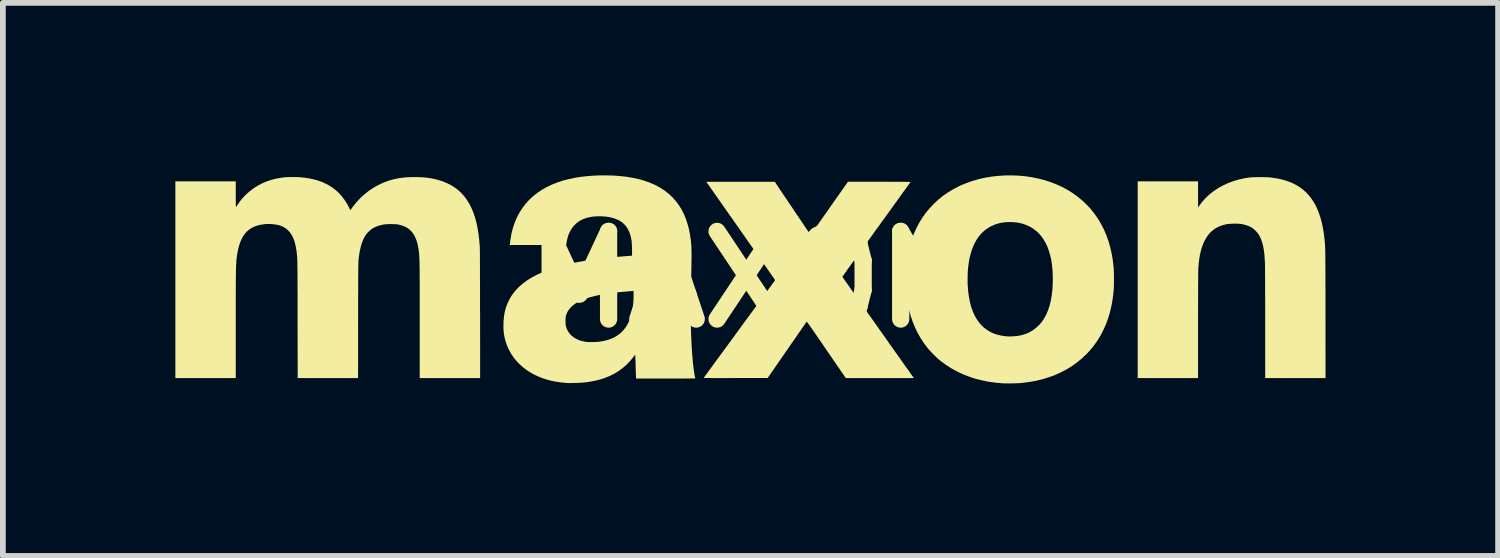
<source format=kicad_pcb>
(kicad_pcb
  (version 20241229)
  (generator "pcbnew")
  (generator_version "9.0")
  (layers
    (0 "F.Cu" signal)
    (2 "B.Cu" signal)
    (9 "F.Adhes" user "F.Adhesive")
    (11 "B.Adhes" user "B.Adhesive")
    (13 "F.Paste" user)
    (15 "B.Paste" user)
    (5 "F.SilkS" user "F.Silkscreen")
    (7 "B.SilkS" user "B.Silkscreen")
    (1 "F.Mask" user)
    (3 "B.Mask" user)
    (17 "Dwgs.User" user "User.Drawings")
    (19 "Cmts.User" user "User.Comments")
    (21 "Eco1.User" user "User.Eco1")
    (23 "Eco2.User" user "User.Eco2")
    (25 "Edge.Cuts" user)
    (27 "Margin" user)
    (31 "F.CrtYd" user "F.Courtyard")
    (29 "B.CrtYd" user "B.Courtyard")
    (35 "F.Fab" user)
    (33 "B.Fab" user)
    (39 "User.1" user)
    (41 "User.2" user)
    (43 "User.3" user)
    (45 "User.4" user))
  (footprint "MAXON"
    (layer "F.Cu")
    (at 10.001 1.809)
    (property "Reference" "MAXON" (at 0 0 0) (layer "F.SilkS") (effects (font (size 1.524 1.524) (thickness 0.3))))
    (attr board_only exclude_from_pos_files exclude_from_bom)
    (fp_poly (pts (xy 8.898 -1.779) (xy 8.934 -1.778) (xy 8.968 -1.777) (xy 8.998 -1.776) (xy 9.022 -1.775) (xy 9.034 -1.774) (xy 9.126 -1.761) (xy 9.211 -1.745) (xy 9.291 -1.724) (xy 9.366 -1.699) (xy 9.435 -1.67) (xy 9.5 -1.636) (xy 9.561 -1.598) (xy 9.609 -1.561) (xy 9.664 -1.512) (xy 9.715 -1.457) (xy 9.761 -1.397) (xy 9.804 -1.33) (xy 9.842 -1.259) (xy 9.875 -1.181) (xy 9.905 -1.097) (xy 9.931 -1.007) (xy 9.952 -0.911) (xy 9.97 -0.809) (xy 9.983 -0.701) (xy 9.984 -0.691) (xy 9.985 -0.676) (xy 9.987 -0.663) (xy 9.988 -0.65) (xy 9.989 -0.637) (xy 9.99 -0.623) (xy 9.991 -0.61) (xy 9.992 -0.595) (xy 9.993 -0.58) (xy 9.994 -0.563) (xy 9.994 -0.545) (xy 9.995 -0.525) (xy 9.996 -0.503) (xy 9.996 -0.478) (xy 9.997 -0.451) (xy 9.997 -0.42) (xy 9.997 -0.387) (xy 9.998 -0.349) (xy 9.998 -0.308) (xy 9.998 -0.263) (xy 9.998 -0.214) (xy 9.999 -0.16) (xy 9.999 -0.101) (xy 9.999 -0.036) (xy 9.999 0.034) (xy 9.999 0.109) (xy 10 0.191) (xy 10 0.279) (xy 10 0.374) (xy 10 0.476) (xy 10 0.584) (xy 10 0.599) (xy 10.001 1.716) (xy 8.951 1.716) (xy 8.951 0.767) (xy 8.951 0.676) (xy 8.951 0.587) (xy 8.951 0.501) (xy 8.951 0.417) (xy 8.951 0.337) (xy 8.95 0.259) (xy 8.95 0.186) (xy 8.95 0.117) (xy 8.95 0.052) (xy 8.95 -0.009) (xy 8.949 -0.064) (xy 8.949 -0.114) (xy 8.949 -0.158) (xy 8.948 -0.196) (xy 8.948 -0.228) (xy 8.948 -0.254) (xy 8.947 -0.272) (xy 8.947 -0.28) (xy 8.943 -0.356) (xy 8.938 -0.426) (xy 8.931 -0.489) (xy 8.922 -0.546) (xy 8.911 -0.598) (xy 8.898 -0.646) (xy 8.883 -0.69) (xy 8.866 -0.73) (xy 8.846 -0.768) (xy 8.843 -0.773) (xy 8.828 -0.794) (xy 8.81 -0.818) (xy 8.788 -0.841) (xy 8.766 -0.863) (xy 8.746 -0.881) (xy 8.738 -0.887) (xy 8.701 -0.91) (xy 8.657 -0.93) (xy 8.609 -0.947) (xy 8.557 -0.96) (xy 8.541 -0.963) (xy 8.518 -0.966) (xy 8.489 -0.968) (xy 8.456 -0.969) (xy 8.421 -0.969) (xy 8.385 -0.969) (xy 8.351 -0.967) (xy 8.319 -0.965) (xy 8.293 -0.962) (xy 8.284 -0.961) (xy 8.22 -0.946) (xy 8.16 -0.925) (xy 8.106 -0.899) (xy 8.057 -0.868) (xy 8.012 -0.83) (xy 7.971 -0.787) (xy 7.934 -0.737) (xy 7.902 -0.681) (xy 7.895 -0.668) (xy 7.871 -0.614) (xy 7.85 -0.557) (xy 7.832 -0.495) (xy 7.817 -0.43) (xy 7.805 -0.359) (xy 7.796 -0.283) (xy 7.789 -0.2) (xy 7.788 -0.181) (xy 7.788 -0.17) (xy 7.787 -0.152) (xy 7.787 -0.126) (xy 7.786 -0.094) (xy 7.786 -0.056) (xy 7.786 -0.011) (xy 7.786 0.041) (xy 7.785 0.098) (xy 7.785 0.16) (xy 7.785 0.228) (xy 7.785 0.301) (xy 7.785 0.38) (xy 7.784 0.462) (xy 7.784 0.55) (xy 7.784 0.641) (xy 7.784 0.737) (xy 7.784 0.801) (xy 7.784 1.716) (xy 6.734 1.716) (xy 6.734 -1.705) (xy 7.784 -1.705) (xy 7.784 -1.252) (xy 7.803 -1.28) (xy 7.855 -1.348) (xy 7.913 -1.413) (xy 7.977 -1.473) (xy 8.047 -1.529) (xy 8.122 -1.58) (xy 8.138 -1.59) (xy 8.221 -1.636) (xy 8.308 -1.676) (xy 8.4 -1.71) (xy 8.496 -1.738) (xy 8.597 -1.76) (xy 8.674 -1.772) (xy 8.694 -1.774) (xy 8.72 -1.775) (xy 8.75 -1.777) (xy 8.785 -1.778) (xy 8.822 -1.778) (xy 8.86 -1.779)) (stroke (width 0) (type solid)) (fill yes) (layer "F.SilkS"))
    (fp_poly (pts (xy 4.668 -1.804) (xy 4.787 -1.793) (xy 4.904 -1.775) (xy 5.019 -1.751) (xy 5.097 -1.731) (xy 5.208 -1.696) (xy 5.315 -1.655) (xy 5.417 -1.609) (xy 5.515 -1.557) (xy 5.607 -1.499) (xy 5.694 -1.435) (xy 5.777 -1.366) (xy 5.823 -1.323) (xy 5.842 -1.303) (xy 5.863 -1.283) (xy 5.883 -1.262) (xy 5.9 -1.244) (xy 5.913 -1.229) (xy 5.913 -1.229) (xy 5.98 -1.145) (xy 6.042 -1.057) (xy 6.097 -0.964) (xy 6.147 -0.867) (xy 6.19 -0.765) (xy 6.228 -0.66) (xy 6.259 -0.55) (xy 6.284 -0.436) (xy 6.301 -0.335) (xy 6.306 -0.291) (xy 6.311 -0.25) (xy 6.315 -0.21) (xy 6.318 -0.17) (xy 6.319 -0.128) (xy 6.321 -0.082) (xy 6.321 -0.031) (xy 6.321 -0.004) (xy 6.321 0.05) (xy 6.32 0.097) (xy 6.319 0.14) (xy 6.317 0.18) (xy 6.313 0.219) (xy 6.309 0.259) (xy 6.304 0.301) (xy 6.299 0.338) (xy 6.279 0.455) (xy 6.252 0.569) (xy 6.22 0.678) (xy 6.181 0.783) (xy 6.136 0.883) (xy 6.086 0.979) (xy 6.029 1.071) (xy 5.967 1.158) (xy 5.898 1.241) (xy 5.851 1.291) (xy 5.772 1.367) (xy 5.688 1.437) (xy 5.6 1.501) (xy 5.507 1.559) (xy 5.409 1.611) (xy 5.307 1.658) (xy 5.201 1.698) (xy 5.09 1.732) (xy 4.975 1.761) (xy 4.856 1.783) (xy 4.733 1.799) (xy 4.688 1.803) (xy 4.663 1.805) (xy 4.633 1.806) (xy 4.598 1.807) (xy 4.56 1.808) (xy 4.522 1.808) (xy 4.484 1.809) (xy 4.448 1.808) (xy 4.417 1.808) (xy 4.39 1.807) (xy 4.387 1.807) (xy 4.261 1.796) (xy 4.139 1.779) (xy 4.021 1.755) (xy 3.906 1.726) (xy 3.796 1.689) (xy 3.689 1.647) (xy 3.586 1.598) (xy 3.488 1.543) (xy 3.393 1.482) (xy 3.303 1.415) (xy 3.28 1.396) (xy 3.258 1.377) (xy 3.233 1.354) (xy 3.206 1.327) (xy 3.177 1.299) (xy 3.15 1.271) (xy 3.125 1.244) (xy 3.103 1.22) (xy 3.092 1.207) (xy 3.025 1.121) (xy 2.965 1.031) (xy 2.911 0.937) (xy 2.863 0.839) (xy 2.821 0.737) (xy 2.785 0.63) (xy 2.755 0.52) (xy 2.732 0.404) (xy 2.727 0.38) (xy 2.718 0.318) (xy 2.71 0.256) (xy 2.705 0.194) (xy 2.701 0.129) (xy 2.699 0.06) (xy 2.699 0.004) (xy 3.776 0.004) (xy 3.776 0.046) (xy 3.777 0.084) (xy 3.779 0.117) (xy 3.779 0.117) (xy 3.787 0.216) (xy 3.8 0.309) (xy 3.817 0.396) (xy 3.838 0.477) (xy 3.864 0.551) (xy 3.895 0.621) (xy 3.93 0.684) (xy 3.969 0.741) (xy 4.013 0.793) (xy 4.061 0.839) (xy 4.115 0.879) (xy 4.172 0.914) (xy 4.188 0.921) (xy 4.24 0.945) (xy 4.298 0.963) (xy 4.359 0.977) (xy 4.427 0.987) (xy 4.47 0.991) (xy 4.487 0.992) (xy 4.51 0.992) (xy 4.537 0.991) (xy 4.565 0.99) (xy 4.593 0.988) (xy 4.618 0.986) (xy 4.639 0.984) (xy 4.709 0.971) (xy 4.776 0.952) (xy 4.838 0.926) (xy 4.896 0.894) (xy 4.95 0.856) (xy 5.001 0.811) (xy 5.005 0.808) (xy 5.022 0.79) (xy 5.038 0.772) (xy 5.053 0.756) (xy 5.065 0.742) (xy 5.069 0.736) (xy 5.109 0.675) (xy 5.145 0.609) (xy 5.175 0.537) (xy 5.201 0.459) (xy 5.222 0.376) (xy 5.238 0.287) (xy 5.25 0.192) (xy 5.256 0.093) (xy 5.258 -0.013) (xy 5.257 -0.049) (xy 5.255 -0.118) (xy 5.251 -0.181) (xy 5.245 -0.24) (xy 5.238 -0.296) (xy 5.228 -0.351) (xy 5.216 -0.406) (xy 5.215 -0.409) (xy 5.192 -0.49) (xy 5.166 -0.564) (xy 5.134 -0.632) (xy 5.098 -0.694) (xy 5.058 -0.751) (xy 5.013 -0.802) (xy 4.963 -0.848) (xy 4.91 -0.887) (xy 4.852 -0.921) (xy 4.789 -0.949) (xy 4.723 -0.971) (xy 4.653 -0.987) (xy 4.579 -0.995) (xy 4.511 -0.998) (xy 4.439 -0.995) (xy 4.373 -0.987) (xy 4.309 -0.973) (xy 4.248 -0.953) (xy 4.189 -0.927) (xy 4.182 -0.924) (xy 4.124 -0.89) (xy 4.07 -0.85) (xy 4.021 -0.805) (xy 3.976 -0.753) (xy 3.935 -0.695) (xy 3.899 -0.631) (xy 3.868 -0.562) (xy 3.841 -0.486) (xy 3.818 -0.405) (xy 3.8 -0.318) (xy 3.787 -0.225) (xy 3.783 -0.188) (xy 3.781 -0.158) (xy 3.779 -0.121) (xy 3.777 -0.081) (xy 3.777 -0.038) (xy 3.776 0.004) (xy 2.699 0.004) (xy 2.699 -0.004) (xy 2.7 -0.099) (xy 2.704 -0.19) (xy 2.712 -0.276) (xy 2.723 -0.359) (xy 2.737 -0.441) (xy 2.755 -0.523) (xy 2.766 -0.57) (xy 2.799 -0.679) (xy 2.837 -0.784) (xy 2.882 -0.884) (xy 2.932 -0.98) (xy 2.988 -1.072) (xy 3.05 -1.159) (xy 3.118 -1.24) (xy 3.191 -1.317) (xy 3.269 -1.389) (xy 3.352 -1.456) (xy 3.441 -1.517) (xy 3.535 -1.573) (xy 3.633 -1.624) (xy 3.736 -1.668) (xy 3.844 -1.707) (xy 3.956 -1.74) (xy 3.957 -1.741) (xy 4.07 -1.767) (xy 4.187 -1.787) (xy 4.306 -1.8) (xy 4.426 -1.808) (xy 4.547 -1.809)) (stroke (width 0) (type solid)) (fill yes) (layer "F.SilkS"))
    (fp_poly (pts (xy 2.318 -1.698) (xy 2.388 -1.698) (xy 2.451 -1.697) (xy 2.508 -1.697) (xy 2.558 -1.697) (xy 2.602 -1.697) (xy 2.641 -1.697) (xy 2.674 -1.697) (xy 2.702 -1.696) (xy 2.726 -1.696) (xy 2.745 -1.696) (xy 2.759 -1.695) (xy 2.77 -1.695) (xy 2.778 -1.694) (xy 2.782 -1.694) (xy 2.783 -1.693) (xy 2.783 -1.693) (xy 2.781 -1.689) (xy 2.774 -1.68) (xy 2.763 -1.665) (xy 2.749 -1.645) (xy 2.73 -1.62) (xy 2.709 -1.59) (xy 2.684 -1.555) (xy 2.655 -1.516) (xy 2.624 -1.473) (xy 2.59 -1.426) (xy 2.554 -1.375) (xy 2.515 -1.321) (xy 2.474 -1.264) (xy 2.431 -1.204) (xy 2.385 -1.142) (xy 2.339 -1.077) (xy 2.29 -1.01) (xy 2.241 -0.941) (xy 2.19 -0.871) (xy 2.189 -0.87) (xy 2.138 -0.799) (xy 2.089 -0.731) (xy 2.041 -0.664) (xy 1.994 -0.599) (xy 1.949 -0.536) (xy 1.906 -0.476) (xy 1.865 -0.419) (xy 1.826 -0.365) (xy 1.789 -0.314) (xy 1.756 -0.267) (xy 1.725 -0.224) (xy 1.696 -0.185) (xy 1.672 -0.15) (xy 1.65 -0.119) (xy 1.632 -0.094) (xy 1.618 -0.073) (xy 1.607 -0.058) (xy 1.601 -0.049) (xy 1.598 -0.045) (xy 1.598 -0.045) (xy 1.6 -0.042) (xy 1.607 -0.033) (xy 1.617 -0.018) (xy 1.631 0.002) (xy 1.648 0.027) (xy 1.669 0.056) (xy 1.693 0.09) (xy 1.72 0.128) (xy 1.749 0.17) (xy 1.781 0.215) (xy 1.815 0.264) (xy 1.851 0.315) (xy 1.889 0.369) (xy 1.928 0.425) (xy 1.969 0.483) (xy 2.011 0.543) (xy 2.054 0.604) (xy 2.098 0.666) (xy 2.143 0.729) (xy 2.188 0.792) (xy 2.232 0.856) (xy 2.277 0.919) (xy 2.322 0.982) (xy 2.366 1.045) (xy 2.409 1.106) (xy 2.452 1.166) (xy 2.493 1.225) (xy 2.533 1.281) (xy 2.571 1.335) (xy 2.608 1.387) (xy 2.643 1.436) (xy 2.675 1.482) (xy 2.705 1.525) (xy 2.733 1.563) (xy 2.758 1.598) (xy 2.779 1.629) (xy 2.798 1.655) (xy 2.813 1.676) (xy 2.824 1.691) (xy 2.829 1.699) (xy 2.843 1.716) (xy 1.658 1.716) (xy 1.319 1.223) (xy 1.275 1.158) (xy 1.234 1.098) (xy 1.197 1.045) (xy 1.164 0.997) (xy 1.134 0.953) (xy 1.108 0.915) (xy 1.085 0.882) (xy 1.064 0.852) (xy 1.047 0.827) (xy 1.031 0.805) (xy 1.019 0.787) (xy 1.008 0.773) (xy 0.999 0.761) (xy 0.992 0.752) (xy 0.987 0.745) (xy 0.983 0.74) (xy 0.98 0.737) (xy 0.978 0.736) (xy 0.976 0.736) (xy 0.976 0.736) (xy 0.974 0.74) (xy 0.967 0.75) (xy 0.956 0.765) (xy 0.942 0.785) (xy 0.925 0.811) (xy 0.904 0.84) (xy 0.881 0.874) (xy 0.855 0.912) (xy 0.826 0.953) (xy 0.795 0.998) (xy 0.763 1.045) (xy 0.728 1.094) (xy 0.692 1.146) (xy 0.655 1.2) (xy 0.635 1.229) (xy 0.299 1.715) (xy -0.257 1.715) (xy -0.321 1.716) (xy -0.383 1.716) (xy -0.443 1.716) (xy -0.499 1.716) (xy -0.552 1.716) (xy -0.602 1.716) (xy -0.647 1.716) (xy -0.688 1.715) (xy -0.724 1.715) (xy -0.754 1.715) (xy -0.779 1.715) (xy -0.797 1.715) (xy -0.808 1.714) (xy -0.813 1.714) (xy -0.813 1.714) (xy -0.811 1.711) (xy -0.805 1.702) (xy -0.795 1.688) (xy -0.782 1.67) (xy -0.767 1.649) (xy -0.749 1.624) (xy -0.729 1.597) (xy -0.712 1.574) (xy -0.617 1.443) (xy -0.525 1.318) (xy -0.438 1.199) (xy -0.354 1.085) (xy -0.275 0.977) (xy -0.2 0.874) (xy -0.129 0.777) (xy -0.062 0.685) (xy 0.000343 0.6) (xy 0.059 0.52) (xy 0.113 0.446) (xy 0.163 0.377) (xy 0.209 0.315) (xy 0.25 0.258) (xy 0.287 0.207) (xy 0.32 0.162) (xy 0.349 0.123) (xy 0.373 0.09) (xy 0.392 0.062) (xy 0.408 0.041) (xy 0.419 0.026) (xy 0.426 0.016) (xy 0.428 0.013) (xy 0.427 0.012) (xy 0.425 0.008) (xy 0.421 0.002) (xy 0.416 -0.006) (xy 0.409 -0.017) (xy 0.4 -0.03) (xy 0.388 -0.046) (xy 0.375 -0.065) (xy 0.36 -0.088) (xy 0.342 -0.113) (xy 0.322 -0.142) (xy 0.3 -0.174) (xy 0.275 -0.21) (xy 0.247 -0.249) (xy 0.217 -0.293) (xy 0.184 -0.34) (xy 0.148 -0.392) (xy 0.109 -0.447) (xy 0.067 -0.507) (xy 0.022 -0.572) (xy -0.027 -0.641) (xy -0.079 -0.715) (xy -0.134 -0.794) (xy -0.193 -0.878) (xy -0.255 -0.967) (xy -0.322 -1.062) (xy -0.392 -1.161) (xy -0.466 -1.267) (xy -0.544 -1.378) (xy -0.626 -1.495) (xy -0.712 -1.618) (xy -0.761 -1.687) (xy -0.768 -1.698) (xy -0.172 -1.697) (xy 0.423 -1.697) (xy 0.732 -1.238) (xy 0.768 -1.184) (xy 0.802 -1.133) (xy 0.836 -1.084) (xy 0.867 -1.037) (xy 0.897 -0.993) (xy 0.925 -0.952) (xy 0.95 -0.914) (xy 0.973 -0.88) (xy 0.993 -0.851) (xy 1.01 -0.826) (xy 1.024 -0.805) (xy 1.035 -0.79) (xy 1.042 -0.781) (xy 1.044 -0.777) (xy 1.045 -0.777) (xy 1.047 -0.78) (xy 1.054 -0.788) (xy 1.064 -0.803) (xy 1.078 -0.822) (xy 1.096 -0.846) (xy 1.116 -0.875) (xy 1.14 -0.908) (xy 1.166 -0.945) (xy 1.194 -0.985) (xy 1.225 -1.028) (xy 1.257 -1.074) (xy 1.291 -1.123) (xy 1.327 -1.173) (xy 1.364 -1.226) (xy 1.371 -1.237) (xy 1.695 -1.698) (xy 2.24 -1.698)) (stroke (width 0) (type solid)) (fill yes) (layer "F.SilkS"))
    (fp_poly (pts (xy -7.931 -1.78) (xy -7.896 -1.779) (xy -7.864 -1.778) (xy -7.837 -1.777) (xy -7.749 -1.768) (xy -7.668 -1.755) (xy -7.591 -1.739) (xy -7.518 -1.718) (xy -7.449 -1.693) (xy -7.412 -1.677) (xy -7.342 -1.642) (xy -7.275 -1.6) (xy -7.213 -1.553) (xy -7.155 -1.499) (xy -7.102 -1.44) (xy -7.054 -1.375) (xy -7.01 -1.306) (xy -6.973 -1.233) (xy -6.959 -1.203) (xy -6.953 -1.212) (xy -6.948 -1.218) (xy -6.94 -1.229) (xy -6.93 -1.243) (xy -6.918 -1.259) (xy -6.917 -1.261) (xy -6.853 -1.34) (xy -6.786 -1.413) (xy -6.714 -1.479) (xy -6.639 -1.539) (xy -6.56 -1.592) (xy -6.478 -1.639) (xy -6.392 -1.679) (xy -6.302 -1.713) (xy -6.209 -1.74) (xy -6.115 -1.76) (xy -6.054 -1.768) (xy -5.989 -1.775) (xy -5.919 -1.779) (xy -5.848 -1.78) (xy -5.776 -1.779) (xy -5.705 -1.776) (xy -5.638 -1.77) (xy -5.613 -1.767) (xy -5.521 -1.752) (xy -5.434 -1.731) (xy -5.352 -1.705) (xy -5.275 -1.673) (xy -5.202 -1.636) (xy -5.135 -1.593) (xy -5.081 -1.551) (xy -5.027 -1.501) (xy -4.977 -1.445) (xy -4.931 -1.382) (xy -4.889 -1.314) (xy -4.851 -1.239) (xy -4.818 -1.159) (xy -4.789 -1.074) (xy -4.775 -1.022) (xy -4.764 -0.978) (xy -4.754 -0.933) (xy -4.745 -0.887) (xy -4.737 -0.839) (xy -4.729 -0.787) (xy -4.722 -0.731) (xy -4.716 -0.67) (xy -4.71 -0.602) (xy -4.708 -0.587) (xy -4.708 -0.579) (xy -4.707 -0.566) (xy -4.707 -0.549) (xy -4.706 -0.526) (xy -4.706 -0.498) (xy -4.706 -0.465) (xy -4.705 -0.426) (xy -4.705 -0.381) (xy -4.705 -0.33) (xy -4.704 -0.274) (xy -4.704 -0.211) (xy -4.704 -0.143) (xy -4.704 -0.067) (xy -4.704 0.015) (xy -4.703 0.103) (xy -4.703 0.199) (xy -4.703 0.301) (xy -4.703 0.411) (xy -4.703 0.527) (xy -4.702 0.59) (xy -4.701 1.716) (xy -5.752 1.716) (xy -5.752 0.739) (xy -5.752 0.63) (xy -5.752 0.529) (xy -5.752 0.435) (xy -5.752 0.347) (xy -5.752 0.266) (xy -5.752 0.191) (xy -5.752 0.122) (xy -5.752 0.058) (xy -5.753 -0.001) (xy -5.753 -0.054) (xy -5.753 -0.103) (xy -5.753 -0.147) (xy -5.754 -0.187) (xy -5.754 -0.224) (xy -5.755 -0.256) (xy -5.755 -0.286) (xy -5.756 -0.312) (xy -5.756 -0.336) (xy -5.757 -0.357) (xy -5.758 -0.376) (xy -5.759 -0.394) (xy -5.76 -0.409) (xy -5.761 -0.424) (xy -5.762 -0.437) (xy -5.763 -0.449) (xy -5.772 -0.524) (xy -5.784 -0.592) (xy -5.8 -0.654) (xy -5.82 -0.71) (xy -5.843 -0.759) (xy -5.87 -0.803) (xy -5.902 -0.841) (xy -5.937 -0.874) (xy -5.977 -0.901) (xy -6.021 -0.924) (xy -6.07 -0.941) (xy -6.123 -0.954) (xy -6.126 -0.955) (xy -6.147 -0.958) (xy -6.175 -0.96) (xy -6.206 -0.961) (xy -6.24 -0.962) (xy -6.274 -0.962) (xy -6.307 -0.961) (xy -6.338 -0.959) (xy -6.364 -0.957) (xy -6.378 -0.955) (xy -6.439 -0.942) (xy -6.495 -0.924) (xy -6.544 -0.902) (xy -6.589 -0.875) (xy -6.629 -0.842) (xy -6.665 -0.805) (xy -6.694 -0.767) (xy -6.719 -0.724) (xy -6.742 -0.675) (xy -6.762 -0.62) (xy -6.779 -0.56) (xy -6.794 -0.496) (xy -6.805 -0.427) (xy -6.807 -0.412) (xy -6.809 -0.4) (xy -6.81 -0.389) (xy -6.811 -0.378) (xy -6.812 -0.367) (xy -6.814 -0.356) (xy -6.815 -0.345) (xy -6.816 -0.332) (xy -6.816 -0.319) (xy -6.817 -0.304) (xy -6.818 -0.288) (xy -6.819 -0.27) (xy -6.819 -0.249) (xy -6.82 -0.226) (xy -6.82 -0.2) (xy -6.821 -0.171) (xy -6.821 -0.138) (xy -6.821 -0.102) (xy -6.821 -0.061) (xy -6.822 -0.017) (xy -6.822 0.033) (xy -6.822 0.087) (xy -6.822 0.146) (xy -6.822 0.211) (xy -6.823 0.282) (xy -6.823 0.359) (xy -6.823 0.442) (xy -6.823 0.532) (xy -6.823 0.629) (xy -6.823 0.718) (xy -6.824 1.716) (xy -7.874 1.716) (xy -7.876 0.703) (xy -7.876 0.597) (xy -7.876 0.498) (xy -7.876 0.407) (xy -7.876 0.322) (xy -7.876 0.243) (xy -7.877 0.171) (xy -7.877 0.104) (xy -7.877 0.043) (xy -7.877 -0.014) (xy -7.877 -0.065) (xy -7.878 -0.111) (xy -7.878 -0.153) (xy -7.878 -0.192) (xy -7.879 -0.226) (xy -7.879 -0.257) (xy -7.88 -0.285) (xy -7.88 -0.31) (xy -7.881 -0.332) (xy -7.882 -0.352) (xy -7.883 -0.37) (xy -7.884 -0.386) (xy -7.884 -0.401) (xy -7.886 -0.415) (xy -7.887 -0.428) (xy -7.888 -0.44) (xy -7.889 -0.452) (xy -7.891 -0.465) (xy -7.892 -0.477) (xy -7.893 -0.487) (xy -7.905 -0.56) (xy -7.92 -0.626) (xy -7.938 -0.686) (xy -7.961 -0.739) (xy -7.987 -0.787) (xy -8.018 -0.828) (xy -8.052 -0.864) (xy -8.091 -0.894) (xy -8.134 -0.918) (xy -8.181 -0.937) (xy -8.193 -0.941) (xy -8.233 -0.95) (xy -8.278 -0.957) (xy -8.326 -0.962) (xy -8.375 -0.964) (xy -8.424 -0.963) (xy -8.455 -0.96) (xy -8.517 -0.951) (xy -8.574 -0.937) (xy -8.627 -0.919) (xy -8.675 -0.895) (xy -8.719 -0.866) (xy -8.759 -0.832) (xy -8.794 -0.792) (xy -8.826 -0.746) (xy -8.853 -0.695) (xy -8.877 -0.637) (xy -8.897 -0.574) (xy -8.914 -0.503) (xy -8.928 -0.427) (xy -8.938 -0.346) (xy -8.939 -0.332) (xy -8.94 -0.318) (xy -8.941 -0.303) (xy -8.942 -0.287) (xy -8.943 -0.271) (xy -8.944 -0.253) (xy -8.945 -0.233) (xy -8.946 -0.212) (xy -8.947 -0.188) (xy -8.947 -0.161) (xy -8.948 -0.132) (xy -8.948 -0.099) (xy -8.949 -0.063) (xy -8.949 -0.023) (xy -8.95 0.021) (xy -8.95 0.069) (xy -8.95 0.122) (xy -8.95 0.18) (xy -8.951 0.243) (xy -8.951 0.312) (xy -8.951 0.387) (xy -8.951 0.468) (xy -8.951 0.555) (xy -8.951 0.65) (xy -8.951 0.751) (xy -8.951 0.797) (xy -8.951 1.716) (xy -10.001 1.716) (xy -10.001 -1.705) (xy -8.951 -1.705) (xy -8.951 -1.478) (xy -8.951 -1.43) (xy -8.951 -1.388) (xy -8.95 -1.353) (xy -8.95 -1.324) (xy -8.95 -1.301) (xy -8.949 -1.284) (xy -8.949 -1.271) (xy -8.948 -1.263) (xy -8.947 -1.259) (xy -8.946 -1.258) (xy -8.946 -1.258) (xy -8.919 -1.299) (xy -8.894 -1.335) (xy -8.871 -1.367) (xy -8.848 -1.395) (xy -8.824 -1.422) (xy -8.799 -1.449) (xy -8.785 -1.464) (xy -8.719 -1.524) (xy -8.649 -1.579) (xy -8.575 -1.627) (xy -8.497 -1.668) (xy -8.416 -1.703) (xy -8.33 -1.732) (xy -8.241 -1.754) (xy -8.148 -1.77) (xy -8.093 -1.776) (xy -8.068 -1.778) (xy -8.038 -1.779) (xy -8.004 -1.78) (xy -7.968 -1.78)) (stroke (width 0) (type solid)) (fill yes) (layer "F.SilkS"))
    (fp_poly (pts (xy -2.42 -1.807) (xy -2.312 -1.801) (xy -2.208 -1.791) (xy -2.15 -1.784) (xy -2.045 -1.766) (xy -1.944 -1.744) (xy -1.848 -1.717) (xy -1.758 -1.685) (xy -1.672 -1.649) (xy -1.593 -1.608) (xy -1.519 -1.562) (xy -1.483 -1.537) (xy -1.415 -1.483) (xy -1.353 -1.424) (xy -1.296 -1.36) (xy -1.245 -1.291) (xy -1.199 -1.218) (xy -1.159 -1.139) (xy -1.124 -1.055) (xy -1.094 -0.965) (xy -1.069 -0.871) (xy -1.05 -0.771) (xy -1.037 -0.679) (xy -1.035 -0.659) (xy -1.033 -0.639) (xy -1.031 -0.62) (xy -1.029 -0.599) (xy -1.028 -0.578) (xy -1.027 -0.556) (xy -1.026 -0.532) (xy -1.026 -0.505) (xy -1.025 -0.476) (xy -1.025 -0.443) (xy -1.025 -0.407) (xy -1.025 -0.366) (xy -1.026 -0.321) (xy -1.027 -0.271) (xy -1.027 -0.215) (xy -1.028 -0.153) (xy -1.03 -0.084) (xy -1.031 -0.009) (xy -1.031 0) (xy -1.033 0.104) (xy -1.035 0.2) (xy -1.036 0.29) (xy -1.037 0.374) (xy -1.038 0.453) (xy -1.038 0.528) (xy -1.038 0.598) (xy -1.038 0.664) (xy -1.037 0.727) (xy -1.037 0.788) (xy -1.035 0.847) (xy -1.034 0.904) (xy -1.032 0.96) (xy -1.03 1.016) (xy -1.027 1.073) (xy -1.024 1.13) (xy -1.022 1.173) (xy -1.017 1.247) (xy -1.012 1.319) (xy -1.006 1.388) (xy -1 1.454) (xy -0.993 1.516) (xy -0.986 1.572) (xy -0.978 1.624) (xy -0.97 1.669) (xy -0.965 1.694) (xy -0.963 1.707) (xy -0.961 1.717) (xy -0.96 1.722) (xy -0.96 1.722) (xy -0.964 1.723) (xy -0.974 1.723) (xy -0.992 1.723) (xy -1.015 1.723) (xy -1.045 1.723) (xy -1.08 1.723) (xy -1.12 1.723) (xy -1.164 1.724) (xy -1.212 1.724) (xy -1.264 1.724) (xy -1.32 1.724) (xy -1.378 1.724) (xy -1.438 1.724) (xy -1.475 1.724) (xy -1.99 1.724) (xy -1.995 1.574) (xy -1.996 1.539) (xy -1.997 1.503) (xy -1.998 1.468) (xy -1.999 1.436) (xy -2 1.408) (xy -2.001 1.384) (xy -2.002 1.367) (xy -2.002 1.367) (xy -2.004 1.309) (xy -2.04 1.355) (xy -2.098 1.425) (xy -2.16 1.488) (xy -2.226 1.545) (xy -2.297 1.596) (xy -2.372 1.642) (xy -2.452 1.681) (xy -2.536 1.715) (xy -2.626 1.744) (xy -2.72 1.766) (xy -2.819 1.783) (xy -2.868 1.79) (xy -2.908 1.794) (xy -2.953 1.797) (xy -2.999 1.799) (xy -3.045 1.801) (xy -3.091 1.802) (xy -3.134 1.803) (xy -3.172 1.802) (xy -3.199 1.801) (xy -3.305 1.79) (xy -3.405 1.775) (xy -3.5 1.754) (xy -3.591 1.727) (xy -3.678 1.694) (xy -3.76 1.656) (xy -3.839 1.611) (xy -3.872 1.59) (xy -3.942 1.539) (xy -4.006 1.484) (xy -4.064 1.425) (xy -4.116 1.361) (xy -4.162 1.294) (xy -4.201 1.223) (xy -4.234 1.15) (xy -4.26 1.073) (xy -4.274 1.02) (xy -4.282 0.98) (xy -4.288 0.944) (xy -4.292 0.907) (xy -4.295 0.868) (xy -4.296 0.826) (xy -4.296 0.798) (xy -4.294 0.725) (xy -3.216 0.725) (xy -3.216 0.75) (xy -3.215 0.77) (xy -3.214 0.785) (xy -3.212 0.798) (xy -3.21 0.811) (xy -3.208 0.819) (xy -3.191 0.867) (xy -3.168 0.911) (xy -3.139 0.95) (xy -3.104 0.985) (xy -3.063 1.015) (xy -3.017 1.041) (xy -2.966 1.062) (xy -2.91 1.077) (xy -2.849 1.088) (xy -2.832 1.089) (xy -2.809 1.09) (xy -2.782 1.09) (xy -2.752 1.09) (xy -2.721 1.089) (xy -2.69 1.088) (xy -2.662 1.086) (xy -2.637 1.084) (xy -2.622 1.082) (xy -2.548 1.07) (xy -2.48 1.052) (xy -2.417 1.03) (xy -2.36 1.003) (xy -2.307 0.97) (xy -2.259 0.933) (xy -2.234 0.909) (xy -2.199 0.871) (xy -2.169 0.831) (xy -2.142 0.788) (xy -2.125 0.756) (xy -2.099 0.697) (xy -2.077 0.633) (xy -2.06 0.566) (xy -2.047 0.493) (xy -2.038 0.415) (xy -2.033 0.331) (xy -2.033 0.274) (xy -2.033 0.2) (xy -2.05 0.202) (xy -2.059 0.202) (xy -2.074 0.204) (xy -2.094 0.205) (xy -2.118 0.207) (xy -2.144 0.21) (xy -2.162 0.211) (xy -2.276 0.221) (xy -2.383 0.233) (xy -2.482 0.247) (xy -2.575 0.262) (xy -2.66 0.278) (xy -2.739 0.297) (xy -2.812 0.317) (xy -2.877 0.338) (xy -2.937 0.362) (xy -2.99 0.387) (xy -3.037 0.415) (xy -3.078 0.444) (xy -3.114 0.475) (xy -3.115 0.476) (xy -3.146 0.51) (xy -3.17 0.544) (xy -3.19 0.58) (xy -3.205 0.621) (xy -3.208 0.631) (xy -3.211 0.643) (xy -3.213 0.655) (xy -3.215 0.668) (xy -3.216 0.683) (xy -3.216 0.703) (xy -3.216 0.725) (xy -4.294 0.725) (xy -4.293 0.713) (xy -4.285 0.633) (xy -4.271 0.557) (xy -4.251 0.484) (xy -4.225 0.415) (xy -4.192 0.348) (xy -4.164 0.298) (xy -4.121 0.236) (xy -4.071 0.176) (xy -4.014 0.119) (xy -3.951 0.066) (xy -3.881 0.015) (xy -3.804 -0.033) (xy -3.72 -0.078) (xy -3.629 -0.12) (xy -3.531 -0.16) (xy -3.427 -0.196) (xy -3.315 -0.23) (xy -3.197 -0.26) (xy -3.081 -0.286) (xy -2.983 -0.305) (xy -2.877 -0.323) (xy -2.767 -0.34) (xy -2.651 -0.356) (xy -2.531 -0.371) (xy -2.409 -0.384) (xy -2.284 -0.395) (xy -2.159 -0.405) (xy -2.133 -0.407) (xy -2.11 -0.408) (xy -2.09 -0.41) (xy -2.075 -0.411) (xy -2.066 -0.412) (xy -2.063 -0.413) (xy -2.062 -0.417) (xy -2.06 -0.427) (xy -2.06 -0.443) (xy -2.059 -0.464) (xy -2.059 -0.488) (xy -2.06 -0.514) (xy -2.06 -0.542) (xy -2.061 -0.57) (xy -2.062 -0.598) (xy -2.064 -0.624) (xy -2.065 -0.647) (xy -2.067 -0.666) (xy -2.068 -0.674) (xy -2.08 -0.738) (xy -2.097 -0.797) (xy -2.119 -0.85) (xy -2.146 -0.898) (xy -2.178 -0.941) (xy -2.215 -0.978) (xy -2.258 -1.01) (xy -2.306 -1.036) (xy -2.359 -1.058) (xy -2.414 -1.074) (xy -2.474 -1.087) (xy -2.538 -1.094) (xy -2.603 -1.098) (xy -2.668 -1.097) (xy -2.732 -1.093) (xy -2.792 -1.083) (xy -2.849 -1.07) (xy -2.871 -1.063) (xy -2.927 -1.041) (xy -2.978 -1.013) (xy -3.024 -0.979) (xy -3.066 -0.939) (xy -3.102 -0.894) (xy -3.134 -0.843) (xy -3.16 -0.788) (xy -3.169 -0.764) (xy -3.176 -0.741) (xy -3.183 -0.713) (xy -3.19 -0.684) (xy -3.196 -0.656) (xy -3.2 -0.631) (xy -3.202 -0.622) (xy -3.204 -0.598) (xy -4.185 -0.598) (xy -4.183 -0.618) (xy -4.181 -0.638) (xy -4.178 -0.663) (xy -4.174 -0.692) (xy -4.169 -0.721) (xy -4.164 -0.751) (xy -4.16 -0.777) (xy -4.155 -0.8) (xy -4.154 -0.807) (xy -4.133 -0.888) (xy -4.109 -0.963) (xy -4.08 -1.036) (xy -4.056 -1.09) (xy -4.012 -1.171) (xy -3.962 -1.247) (xy -3.907 -1.319) (xy -3.846 -1.386) (xy -3.779 -1.448) (xy -3.706 -1.505) (xy -3.628 -1.558) (xy -3.544 -1.605) (xy -3.455 -1.648) (xy -3.36 -1.686) (xy -3.26 -1.719) (xy -3.154 -1.746) (xy -3.043 -1.769) (xy -2.962 -1.782) (xy -2.859 -1.794) (xy -2.752 -1.803) (xy -2.642 -1.808) (xy -2.531 -1.809)) (stroke (width 0) (type solid)) (fill yes) (layer "F.SilkS")))
  (gr_rect
    (start -3 -3)
    (end 23.003 6.618)
    (stroke (width 0.1) (type default))
    (fill no)
    (layer "Edge.Cuts")))
</source>
